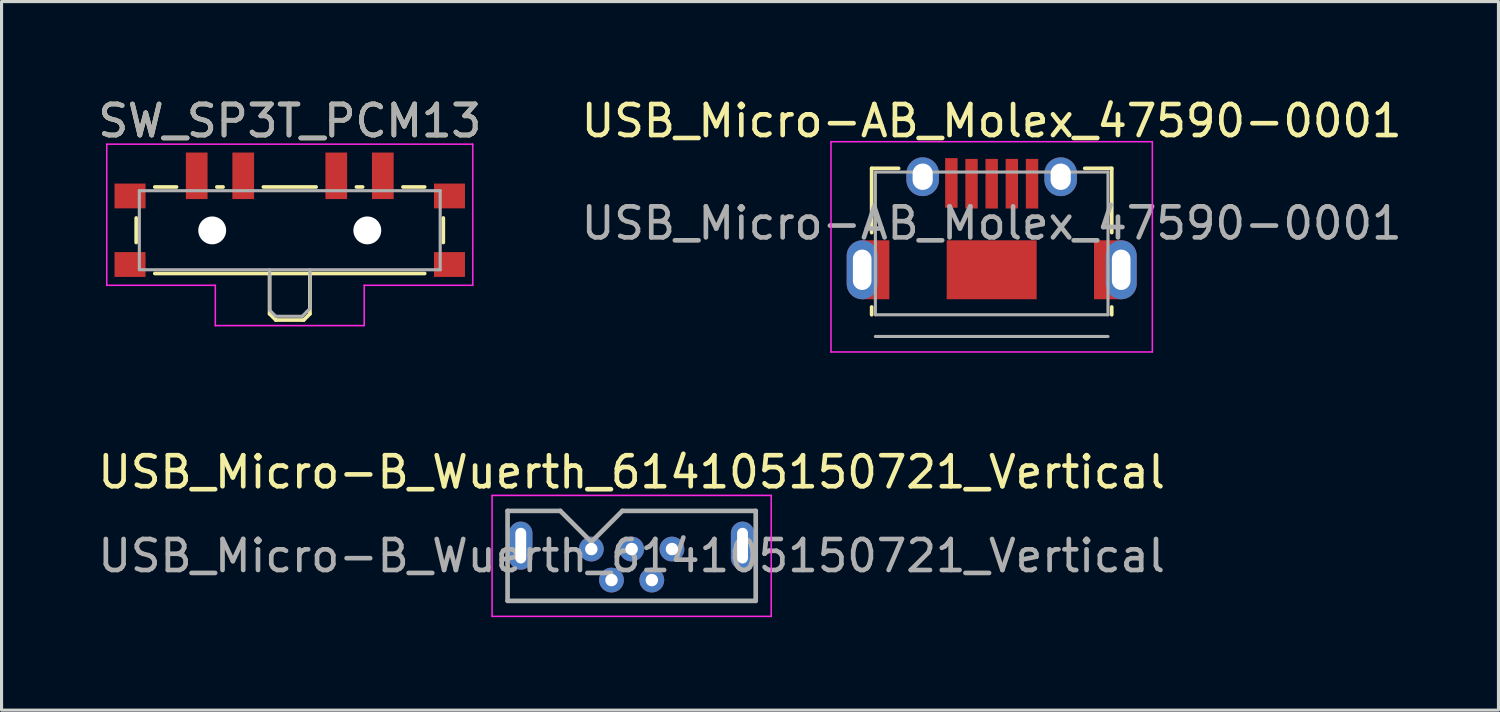
<source format=kicad_pcb>
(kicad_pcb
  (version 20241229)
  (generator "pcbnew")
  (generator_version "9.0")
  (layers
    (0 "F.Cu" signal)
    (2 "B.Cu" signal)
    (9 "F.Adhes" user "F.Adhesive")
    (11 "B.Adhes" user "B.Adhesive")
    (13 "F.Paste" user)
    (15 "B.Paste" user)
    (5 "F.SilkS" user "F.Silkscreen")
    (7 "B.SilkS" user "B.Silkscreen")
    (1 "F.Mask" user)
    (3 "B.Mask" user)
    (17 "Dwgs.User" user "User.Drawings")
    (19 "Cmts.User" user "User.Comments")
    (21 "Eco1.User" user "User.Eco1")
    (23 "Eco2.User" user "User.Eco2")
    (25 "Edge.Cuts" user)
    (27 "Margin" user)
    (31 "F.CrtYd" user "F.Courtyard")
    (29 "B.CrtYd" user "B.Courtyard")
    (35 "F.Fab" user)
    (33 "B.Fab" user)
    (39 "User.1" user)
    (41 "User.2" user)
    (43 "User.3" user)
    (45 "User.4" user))
  (footprint "USB_Micro-AB_Molex_47590-0001"
    (layer "F.Cu")
    (at 28.923 5.648)
    (property "Reference" "USB_Micro-AB_Molex_47590-0001" (at 0 -4.8 180) (layer "F.SilkS") (effects (font (size 1 1) (thickness 0.15))))
    (attr smd)
    (fp_line (start -3.87 -3.27) (end -3.87 -1.2) (stroke (width 0.12) (type solid)) (layer "F.SilkS"))
    (fp_line (start -3.87 -3.27) (end -3 -3.27) (stroke (width 0.12) (type solid)) (layer "F.SilkS"))
    (fp_line (start -3.87 1.2) (end -3.87 1.45) (stroke (width 0.12) (type solid)) (layer "F.SilkS"))
    (fp_line (start 3 -3.27) (end 3.87 -3.27) (stroke (width 0.12) (type solid)) (layer "F.SilkS"))
    (fp_line (start 3.87 -3.27) (end 3.87 -1.2) (stroke (width 0.12) (type solid)) (layer "F.SilkS"))
    (fp_line (start 3.87 1.2) (end 3.87 1.45) (stroke (width 0.12) (type solid)) (layer "F.SilkS"))
    (fp_line (start -5.18 -4.13) (end -5.18 2.65) (stroke (width 0.05) (type solid)) (layer "F.CrtYd"))
    (fp_line (start -5.18 -4.13) (end 5.18 -4.13) (stroke (width 0.05) (type solid)) (layer "F.CrtYd"))
    (fp_line (start -5.18 2.65) (end 5.18 2.65) (stroke (width 0.05) (type solid)) (layer "F.CrtYd"))
    (fp_line (start 5.18 -4.13) (end 5.18 2.65) (stroke (width 0.05) (type solid)) (layer "F.CrtYd"))
    (fp_line (start -3.75 -3.15) (end -3.75 1.45) (stroke (width 0.1) (type solid)) (layer "F.Fab"))
    (fp_line (start -3.75 -3.15) (end 3.75 -3.15) (stroke (width 0.1) (type solid)) (layer "F.Fab"))
    (fp_line (start -3.75 1.45) (end 3.75 1.45) (stroke (width 0.1) (type solid)) (layer "F.Fab"))
    (fp_line (start -3.75 2.15) (end 3.75 2.15) (stroke (width 0.1) (type solid)) (layer "F.Fab"))
    (fp_line (start 3.75 -3.15) (end 3.75 1.45) (stroke (width 0.1) (type solid)) (layer "F.Fab"))
    (fp_text user "${REFERENCE}" (at 0 -1.5 0) (layer "F.Fab") (effects (font (size 1 1) (thickness 0.15))))
    (pad "" thru_hole oval (at -4.175 0) (size 1 1.9) (drill oval 0.6 1.3) (layers "*.Cu" "*.Mask"))
    (pad "" smd rect (at -3.737 0) (size 0.875 1.9) (layers "F.Cu" "F.Mask"))
    (pad "" smd rect (at -3.5 0) (size 0.3 0.85) (layers "F.Paste"))
    (pad "" thru_hole oval (at -2.225 -3) (size 1.05 1.25) (drill oval 0.65 0.85) (layers "*.Cu" "*.Mask"))
    (pad "" thru_hole oval (at 2.225 -3) (size 1.05 1.25) (drill oval 0.65 0.85) (layers "*.Cu" "*.Mask"))
    (pad "" smd rect (at 3.5 0) (size 0.3 0.85) (layers "F.Paste"))
    (pad "" smd rect (at 3.737 0) (size 0.875 1.9) (layers "F.Cu" "F.Mask"))
    (pad "" thru_hole oval (at 4.175 0) (size 1 1.9) (drill oval 0.6 1.3) (layers "*.Cu" "*.Mask"))
    (pad "1" smd rect (at -1.3 -2.8) (size 0.4 1.6) (layers "F.Cu" "F.Mask" "F.Paste"))
    (pad "2" smd rect (at -0.65 -2.775) (size 0.4 1.6) (layers "F.Cu" "F.Mask" "F.Paste"))
    (pad "3" smd rect (at 0 -2.775) (size 0.4 1.6) (layers "F.Cu" "F.Mask" "F.Paste"))
    (pad "4" smd rect (at 0.65 -2.775) (size 0.4 1.6) (layers "F.Cu" "F.Mask" "F.Paste"))
    (pad "5" smd rect (at 1.3 -2.775) (size 0.4 1.6) (layers "F.Cu" "F.Mask" "F.Paste"))
    (pad "6" smd rect (at 0 0) (size 2.9 1.9) (layers "F.Cu" "F.Mask" "F.Paste")))
  (footprint "USB_Micro-B_Wuerth_614105150721_Vertical"
    (layer "F.Cu")
    (at 16.015 14.652)
    (property "Reference" "USB_Micro-B_Wuerth_614105150721_Vertical" (at 1.3 -2.48 0) (layer "F.SilkS") (effects (font (size 1 1) (thickness 0.15))))
    (attr through_hole)
    (fp_line (start -3.2 -1.73) (end -3.2 2.17) (stroke (width 0.05) (type solid)) (layer "F.CrtYd"))
    (fp_line (start -3.2 2.17) (end 5.8 2.17) (stroke (width 0.05) (type solid)) (layer "F.CrtYd"))
    (fp_line (start 5.8 -1.73) (end -3.2 -1.73) (stroke (width 0.05) (type solid)) (layer "F.CrtYd"))
    (fp_line (start 5.8 2.17) (end 5.8 -1.73) (stroke (width 0.05) (type solid)) (layer "F.CrtYd"))
    (fp_line (start -2.7 -1.23) (end -1 -1.23) (stroke (width 0.15) (type solid)) (layer "F.Fab"))
    (fp_line (start -2.7 1.67) (end -2.7 -1.23) (stroke (width 0.15) (type solid)) (layer "F.Fab"))
    (fp_line (start -1 -1.23) (end 0 -0.23) (stroke (width 0.15) (type solid)) (layer "F.Fab"))
    (fp_line (start 0 -0.23) (end 1 -1.23) (stroke (width 0.15) (type solid)) (layer "F.Fab"))
    (fp_line (start 1 -1.23) (end 5.3 -1.23) (stroke (width 0.15) (type solid)) (layer "F.Fab"))
    (fp_line (start 5.3 -1.23) (end 5.3 1.67) (stroke (width 0.15) (type solid)) (layer "F.Fab"))
    (fp_line (start 5.3 1.67) (end -2.7 1.67) (stroke (width 0.15) (type solid)) (layer "F.Fab"))
    (fp_text user "${REFERENCE}" (at 1.3 0.22 0) (layer "F.Fab") (effects (font (size 1 1) (thickness 0.15))))
    (pad "1" thru_hole circle (at 0 0) (size 0.8 0.8) (drill 0.4) (layers "*.Cu" "*.Mask"))
    (pad "2" thru_hole circle (at 0.65 1) (size 0.8 0.8) (drill 0.4) (layers "*.Cu" "*.Mask"))
    (pad "3" thru_hole circle (at 1.3 0) (size 0.8 0.8) (drill 0.4) (layers "*.Cu" "*.Mask"))
    (pad "4" thru_hole circle (at 1.95 1) (size 0.8 0.8) (drill 0.4) (layers "*.Cu" "*.Mask"))
    (pad "5" thru_hole circle (at 2.6 0) (size 0.8 0.8) (drill 0.4) (layers "*.Cu" "*.Mask"))
    (pad "6" thru_hole oval (at -2.275 -0.11) (size 0.75 1.55) (drill oval 0.35 1.15) (layers "*.Cu" "*.Mask"))
    (pad "6" thru_hole oval (at 4.875 -0.11) (size 0.75 1.55) (drill oval 0.35 1.15) (layers "*.Cu" "*.Mask")))
  (footprint "SW_SP3T_PCM13"
    (layer "F.Cu")
    (at 6.292 4.048)
    (property "Reference" "SW_SP3T_PCM13" (at 0 -3.2 0) (layer "F.SilkS") (effects (font (size 1 1) (thickness 0.15))))
    (attr smd)
    (fp_line (start -4.95 -0.07) (end -4.95 0.72) (stroke (width 0.12) (type solid)) (layer "F.SilkS"))
    (fp_line (start -4.35 -1.07) (end -3.65 -1.07) (stroke (width 0.12) (type solid)) (layer "F.SilkS"))
    (fp_line (start -4.35 1.72) (end 4.35 1.72) (stroke (width 0.12) (type solid)) (layer "F.SilkS"))
    (fp_line (start -2.35 -1.07) (end -2.15 -1.07) (stroke (width 0.12) (type solid)) (layer "F.SilkS"))
    (fp_line (start -0.85 -1.07) (end 0.85 -1.07) (stroke (width 0.12) (type solid)) (layer "F.SilkS"))
    (fp_line (start -0.65 1.72) (end -0.65 3.02) (stroke (width 0.12) (type solid)) (layer "F.SilkS"))
    (fp_line (start -0.65 3.02) (end -0.45 3.22) (stroke (width 0.12) (type solid)) (layer "F.SilkS"))
    (fp_line (start 0.45 3.22) (end -0.45 3.22) (stroke (width 0.12) (type solid)) (layer "F.SilkS"))
    (fp_line (start 0.65 3.02) (end 0.45 3.22) (stroke (width 0.12) (type solid)) (layer "F.SilkS"))
    (fp_line (start 0.65 3.02) (end 0.65 1.72) (stroke (width 0.12) (type solid)) (layer "F.SilkS"))
    (fp_line (start 2.15 -1.07) (end 2.35 -1.07) (stroke (width 0.12) (type solid)) (layer "F.SilkS"))
    (fp_line (start 3.65 -1.07) (end 4.35 -1.07) (stroke (width 0.12) (type solid)) (layer "F.SilkS"))
    (fp_line (start 4.95 0.72) (end 4.95 -0.07) (stroke (width 0.12) (type solid)) (layer "F.SilkS"))
    (fp_line (start -5.9 -2.45) (end 5.9 -2.45) (stroke (width 0.05) (type solid)) (layer "F.CrtYd"))
    (fp_line (start -5.9 2.1) (end -5.9 -2.45) (stroke (width 0.05) (type solid)) (layer "F.CrtYd"))
    (fp_line (start -2.4 2.1) (end -5.9 2.1) (stroke (width 0.05) (type solid)) (layer "F.CrtYd"))
    (fp_line (start -2.4 3.4) (end -2.4 2.1) (stroke (width 0.05) (type solid)) (layer "F.CrtYd"))
    (fp_line (start 2.4 2.1) (end 2.4 3.4) (stroke (width 0.05) (type solid)) (layer "F.CrtYd"))
    (fp_line (start 2.4 3.4) (end -2.4 3.4) (stroke (width 0.05) (type solid)) (layer "F.CrtYd"))
    (fp_line (start 5.9 -2.45) (end 5.9 2.1) (stroke (width 0.05) (type solid)) (layer "F.CrtYd"))
    (fp_line (start 5.9 2.1) (end 2.4 2.1) (stroke (width 0.05) (type solid)) (layer "F.CrtYd"))
    (fp_line (start -4.85 -0.95) (end 4.85 -0.95) (stroke (width 0.1) (type solid)) (layer "F.Fab"))
    (fp_line (start -4.85 1.6) (end -4.85 -0.95) (stroke (width 0.1) (type solid)) (layer "F.Fab"))
    (fp_line (start -0.65 1.6) (end -0.65 2.9) (stroke (width 0.1) (type solid)) (layer "F.Fab"))
    (fp_line (start -0.65 2.9) (end -0.45 3.1) (stroke (width 0.1) (type solid)) (layer "F.Fab"))
    (fp_line (start -0.45 3.1) (end 0.4 3.1) (stroke (width 0.1) (type solid)) (layer "F.Fab"))
    (fp_line (start 0.4 3.1) (end 0.55 2.95) (stroke (width 0.1) (type solid)) (layer "F.Fab"))
    (fp_line (start 0.55 2.95) (end 0.65 2.85) (stroke (width 0.1) (type solid)) (layer "F.Fab"))
    (fp_line (start 0.65 2.85) (end 0.65 1.6) (stroke (width 0.1) (type solid)) (layer "F.Fab"))
    (fp_line (start 4.85 -0.95) (end 4.85 1.6) (stroke (width 0.1) (type solid)) (layer "F.Fab"))
    (fp_line (start 4.85 1.6) (end -4.8 1.6) (stroke (width 0.1) (type solid)) (layer "F.Fab"))
    (fp_text user "${REFERENCE}" (at 0 -3.2 0) (layer "F.Fab") (effects (font (size 1 1) (thickness 0.15))))
    (pad "" smd rect (at -5.15 -0.78) (size 1 0.8) (layers "F.Cu" "F.Mask" "F.Paste"))
    (pad "" smd rect (at -5.15 1.43) (size 1 0.8) (layers "F.Cu" "F.Mask" "F.Paste"))
    (pad "" np_thru_hole circle (at -2.5 0.33) (size 0.9 0.9) (drill 0.9) (layers "*.Cu" "*.Mask"))
    (pad "" np_thru_hole circle (at 2.5 0.33) (size 0.9 0.9) (drill 0.9) (layers "*.Cu" "*.Mask"))
    (pad "" smd rect (at 5.15 -0.78) (size 1 0.8) (layers "F.Cu" "F.Mask" "F.Paste"))
    (pad "" smd rect (at 5.15 1.43) (size 1 0.8) (layers "F.Cu" "F.Mask" "F.Paste"))
    (pad "1" smd rect (at -3 -1.43) (size 0.7 1.5) (layers "F.Cu" "F.Mask" "F.Paste"))
    (pad "2" smd rect (at -1.5 -1.43) (size 0.7 1.5) (layers "F.Cu" "F.Mask" "F.Paste"))
    (pad "3" smd rect (at 1.5 -1.43) (size 0.7 1.5) (layers "F.Cu" "F.Mask" "F.Paste"))
    (pad "4" smd rect (at 3 -1.43) (size 0.7 1.5) (layers "F.Cu" "F.Mask" "F.Paste")))
  (gr_rect
    (start -3 -3)
    (end 45.262 19.846)
    (stroke (width 0.1) (type default))
    (fill no)
    (layer "Edge.Cuts")))
</source>
